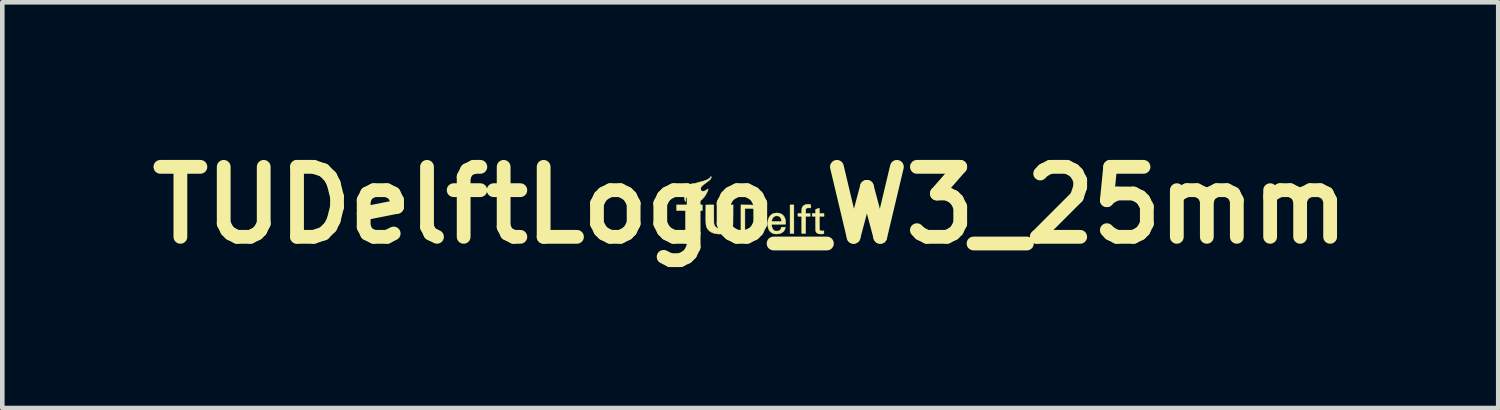
<source format=kicad_pcb>
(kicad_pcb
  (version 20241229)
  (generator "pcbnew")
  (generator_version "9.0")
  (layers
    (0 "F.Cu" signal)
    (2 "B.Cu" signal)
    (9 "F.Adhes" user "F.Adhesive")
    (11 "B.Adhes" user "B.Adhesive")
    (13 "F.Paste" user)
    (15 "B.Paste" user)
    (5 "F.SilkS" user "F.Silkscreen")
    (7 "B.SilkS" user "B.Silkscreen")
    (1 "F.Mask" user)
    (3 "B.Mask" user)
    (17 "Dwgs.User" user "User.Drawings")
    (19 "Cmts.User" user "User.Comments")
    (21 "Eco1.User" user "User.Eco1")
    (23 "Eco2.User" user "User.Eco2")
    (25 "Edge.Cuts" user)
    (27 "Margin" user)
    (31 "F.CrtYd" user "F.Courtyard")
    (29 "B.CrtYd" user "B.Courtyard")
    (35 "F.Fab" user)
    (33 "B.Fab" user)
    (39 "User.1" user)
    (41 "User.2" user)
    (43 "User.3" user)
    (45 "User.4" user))
  (footprint "TUDelftLogo_W3_25mm"
    (layer "F.Cu")
    (at 13.288 1.418)
    (property "Reference" "TUDelftLogo_W3_25mm" (at 0 0 0) (layer "F.SilkS") (effects (font (size 1.524 1.524) (thickness 0.3))))
    (attr through_hole)
    (fp_poly (pts (xy 0.949 0.616) (xy 0.867 0.616) (xy 0.867 -0.006) (xy 0.949 -0.006) (xy 0.949 0.616)) (stroke (width 0.01) (type solid)) (fill yes) (layer "F.SilkS"))
    (fp_poly (pts (xy -1.045 0.117) (xy -1.238 0.117) (xy -1.238 0.616) (xy -1.41 0.616) (xy -1.41 0.118) (xy -1.506 0.117) (xy -1.602 0.116) (xy -1.603 0.055) (xy -1.604 -0.006) (xy -1.045 -0.006) (xy -1.045 0.117)) (stroke (width 0.01) (type solid)) (fill yes) (layer "F.SilkS"))
    (fp_poly (pts (xy 1.282 -0.017) (xy 1.285 -0.016) (xy 1.299 -0.014) (xy 1.308 -0.012) (xy 1.314 -0.009) (xy 1.317 -0.003) (xy 1.318 0.005) (xy 1.318 0.019) (xy 1.318 0.026) (xy 1.318 0.06) (xy 1.29 0.058) (xy 1.263 0.058) (xy 1.242 0.06) (xy 1.226 0.066) (xy 1.217 0.073) (xy 1.208 0.083) (xy 1.207 0.132) (xy 1.206 0.181) (xy 1.255 0.182) (xy 1.303 0.183) (xy 1.305 0.241) (xy 1.207 0.241) (xy 1.205 0.614) (xy 1.163 0.615) (xy 1.121 0.616) (xy 1.121 0.241) (xy 1.038 0.241) (xy 1.038 0.181) (xy 1.12 0.181) (xy 1.122 0.126) (xy 1.122 0.103) (xy 1.124 0.084) (xy 1.125 0.07) (xy 1.128 0.058) (xy 1.132 0.048) (xy 1.138 0.038) (xy 1.143 0.03) (xy 1.158 0.014) (xy 1.178 0.000405) (xy 1.201 -0.01) (xy 1.227 -0.016) (xy 1.254 -0.019) (xy 1.282 -0.017)) (stroke (width 0.01) (type solid)) (fill yes) (layer "F.SilkS"))
    (fp_poly (pts (xy 1.503 0.07) (xy 1.504 0.078) (xy 1.505 0.091) (xy 1.505 0.107) (xy 1.505 0.124) (xy 1.505 0.181) (xy 1.555 0.182) (xy 1.605 0.183) (xy 1.607 0.241) (xy 1.505 0.241) (xy 1.506 0.387) (xy 1.506 0.421) (xy 1.506 0.45) (xy 1.506 0.473) (xy 1.507 0.492) (xy 1.507 0.506) (xy 1.507 0.517) (xy 1.508 0.526) (xy 1.509 0.532) (xy 1.51 0.536) (xy 1.511 0.539) (xy 1.512 0.541) (xy 1.513 0.542) (xy 1.521 0.551) (xy 1.531 0.557) (xy 1.543 0.56) (xy 1.559 0.561) (xy 1.572 0.561) (xy 1.603 0.559) (xy 1.603 0.622) (xy 1.594 0.623) (xy 1.581 0.625) (xy 1.563 0.626) (xy 1.544 0.627) (xy 1.526 0.627) (xy 1.511 0.626) (xy 1.508 0.625) (xy 1.482 0.62) (xy 1.461 0.611) (xy 1.444 0.598) (xy 1.432 0.581) (xy 1.431 0.578) (xy 1.429 0.574) (xy 1.428 0.571) (xy 1.427 0.566) (xy 1.426 0.561) (xy 1.425 0.553) (xy 1.425 0.543) (xy 1.424 0.529) (xy 1.424 0.513) (xy 1.424 0.492) (xy 1.423 0.466) (xy 1.423 0.435) (xy 1.423 0.402) (xy 1.422 0.241) (xy 1.349 0.241) (xy 1.349 0.181) (xy 1.422 0.181) (xy 1.424 0.091) (xy 1.462 0.079) (xy 1.477 0.074) (xy 1.489 0.07) (xy 1.498 0.068) (xy 1.502 0.067) (xy 1.503 0.067) (xy 1.503 0.07)) (stroke (width 0.01) (type solid)) (fill yes) (layer "F.SilkS"))
    (fp_poly (pts (xy -0.069 -0.005) (xy -0.034 -0.005) (xy -0.005 -0.005) (xy 0.019 -0.004) (xy 0.039 -0.003) (xy 0.055 -0.002) (xy 0.069 -0.001) (xy 0.081 0.000363) (xy 0.091 0.002) (xy 0.101 0.005) (xy 0.111 0.008) (xy 0.122 0.012) (xy 0.125 0.012) (xy 0.153 0.024) (xy 0.177 0.038) (xy 0.2 0.055) (xy 0.218 0.071) (xy 0.231 0.085) (xy 0.24 0.095) (xy 0.248 0.106) (xy 0.255 0.117) (xy 0.263 0.133) (xy 0.265 0.137) (xy 0.281 0.175) (xy 0.292 0.214) (xy 0.299 0.254) (xy 0.302 0.298) (xy 0.302 0.305) (xy 0.299 0.353) (xy 0.292 0.397) (xy 0.28 0.438) (xy 0.263 0.476) (xy 0.243 0.509) (xy 0.218 0.539) (xy 0.189 0.563) (xy 0.157 0.583) (xy 0.14 0.591) (xy 0.127 0.596) (xy 0.115 0.6) (xy 0.104 0.604) (xy 0.091 0.607) (xy 0.077 0.609) (xy 0.062 0.611) (xy 0.043 0.612) (xy 0.021 0.613) (xy -0.005 0.614) (xy -0.036 0.615) (xy -0.072 0.615) (xy -0.203 0.617) (xy -0.203 0.54) (xy -0.117 0.54) (xy -0.036 0.539) (xy -0.007 0.538) (xy 0.017 0.537) (xy 0.035 0.536) (xy 0.049 0.535) (xy 0.06 0.533) (xy 0.066 0.532) (xy 0.096 0.521) (xy 0.124 0.505) (xy 0.149 0.484) (xy 0.169 0.46) (xy 0.182 0.438) (xy 0.194 0.406) (xy 0.203 0.371) (xy 0.208 0.334) (xy 0.209 0.296) (xy 0.206 0.258) (xy 0.2 0.221) (xy 0.189 0.188) (xy 0.175 0.159) (xy 0.166 0.145) (xy 0.152 0.129) (xy 0.137 0.114) (xy 0.123 0.102) (xy 0.118 0.099) (xy 0.108 0.093) (xy 0.094 0.087) (xy 0.08 0.081) (xy 0.078 0.081) (xy 0.07 0.078) (xy 0.063 0.076) (xy 0.056 0.074) (xy 0.048 0.073) (xy 0.038 0.072) (xy 0.025 0.072) (xy 0.008 0.071) (xy -0.014 0.071) (xy -0.033 0.07) (xy -0.117 0.069) (xy -0.117 0.54) (xy -0.203 0.54) (xy -0.203 -0.007) (xy -0.069 -0.005)) (stroke (width 0.01) (type solid)) (fill yes) (layer "F.SilkS"))
    (fp_poly (pts (xy -0.794 0.19) (xy -0.794 0.225) (xy -0.794 0.259) (xy -0.793 0.291) (xy -0.793 0.32) (xy -0.793 0.346) (xy -0.792 0.367) (xy -0.792 0.385) (xy -0.791 0.397) (xy -0.791 0.404) (xy -0.791 0.404) (xy -0.783 0.432) (xy -0.771 0.456) (xy -0.754 0.475) (xy -0.732 0.491) (xy -0.724 0.495) (xy -0.716 0.499) (xy -0.708 0.501) (xy -0.699 0.502) (xy -0.688 0.503) (xy -0.672 0.503) (xy -0.67 0.503) (xy -0.653 0.503) (xy -0.642 0.502) (xy -0.633 0.501) (xy -0.625 0.499) (xy -0.616 0.495) (xy -0.616 0.495) (xy -0.592 0.481) (xy -0.574 0.463) (xy -0.564 0.448) (xy -0.561 0.441) (xy -0.558 0.435) (xy -0.555 0.428) (xy -0.553 0.421) (xy -0.551 0.412) (xy -0.55 0.401) (xy -0.549 0.388) (xy -0.548 0.372) (xy -0.547 0.353) (xy -0.547 0.329) (xy -0.546 0.302) (xy -0.546 0.269) (xy -0.546 0.232) (xy -0.546 0.191) (xy -0.546 -0.006) (xy -0.374 -0.006) (xy -0.375 0.215) (xy -0.376 0.259) (xy -0.376 0.298) (xy -0.376 0.331) (xy -0.376 0.359) (xy -0.377 0.382) (xy -0.377 0.402) (xy -0.378 0.419) (xy -0.379 0.432) (xy -0.38 0.444) (xy -0.382 0.453) (xy -0.383 0.461) (xy -0.386 0.468) (xy -0.388 0.475) (xy -0.392 0.482) (xy -0.395 0.489) (xy -0.397 0.493) (xy -0.415 0.524) (xy -0.439 0.551) (xy -0.467 0.573) (xy -0.5 0.592) (xy -0.537 0.607) (xy -0.579 0.618) (xy -0.625 0.625) (xy -0.631 0.625) (xy -0.648 0.627) (xy -0.661 0.628) (xy -0.672 0.628) (xy -0.682 0.628) (xy -0.693 0.627) (xy -0.708 0.626) (xy -0.714 0.625) (xy -0.76 0.619) (xy -0.801 0.608) (xy -0.839 0.593) (xy -0.871 0.574) (xy -0.9 0.552) (xy -0.923 0.525) (xy -0.942 0.496) (xy -0.953 0.468) (xy -0.956 0.458) (xy -0.959 0.448) (xy -0.961 0.437) (xy -0.963 0.424) (xy -0.964 0.409) (xy -0.966 0.392) (xy -0.967 0.372) (xy -0.967 0.348) (xy -0.968 0.32) (xy -0.968 0.287) (xy -0.968 0.25) (xy -0.968 0.207) (xy -0.968 0.181) (xy -0.967 -0.005) (xy -0.794 -0.006) (xy -0.794 0.19)) (stroke (width 0.01) (type solid)) (fill yes) (layer "F.SilkS"))
    (fp_poly (pts (xy 0.617 0.173) (xy 0.649 0.181) (xy 0.678 0.193) (xy 0.704 0.212) (xy 0.715 0.222) (xy 0.733 0.244) (xy 0.748 0.268) (xy 0.758 0.295) (xy 0.765 0.326) (xy 0.768 0.361) (xy 0.769 0.374) (xy 0.77 0.414) (xy 0.617 0.415) (xy 0.464 0.416) (xy 0.464 0.426) (xy 0.465 0.443) (xy 0.469 0.463) (xy 0.474 0.483) (xy 0.48 0.5) (xy 0.482 0.506) (xy 0.491 0.524) (xy 0.501 0.537) (xy 0.513 0.547) (xy 0.524 0.554) (xy 0.532 0.558) (xy 0.539 0.561) (xy 0.547 0.563) (xy 0.557 0.563) (xy 0.571 0.564) (xy 0.576 0.564) (xy 0.592 0.563) (xy 0.604 0.563) (xy 0.613 0.561) (xy 0.621 0.559) (xy 0.629 0.555) (xy 0.641 0.548) (xy 0.652 0.54) (xy 0.655 0.536) (xy 0.661 0.527) (xy 0.667 0.515) (xy 0.672 0.502) (xy 0.675 0.491) (xy 0.676 0.484) (xy 0.677 0.482) (xy 0.68 0.481) (xy 0.687 0.48) (xy 0.697 0.48) (xy 0.713 0.479) (xy 0.721 0.479) (xy 0.765 0.479) (xy 0.763 0.488) (xy 0.759 0.505) (xy 0.755 0.518) (xy 0.751 0.529) (xy 0.745 0.54) (xy 0.745 0.541) (xy 0.729 0.565) (xy 0.708 0.585) (xy 0.683 0.602) (xy 0.654 0.615) (xy 0.635 0.62) (xy 0.622 0.623) (xy 0.606 0.625) (xy 0.589 0.626) (xy 0.572 0.627) (xy 0.558 0.627) (xy 0.549 0.627) (xy 0.542 0.625) (xy 0.531 0.624) (xy 0.522 0.622) (xy 0.496 0.615) (xy 0.47 0.602) (xy 0.447 0.585) (xy 0.426 0.566) (xy 0.412 0.546) (xy 0.4 0.521) (xy 0.391 0.492) (xy 0.384 0.46) (xy 0.38 0.427) (xy 0.379 0.395) (xy 0.379 0.381) (xy 0.383 0.356) (xy 0.467 0.356) (xy 0.683 0.356) (xy 0.681 0.337) (xy 0.675 0.307) (xy 0.665 0.282) (xy 0.652 0.262) (xy 0.635 0.247) (xy 0.614 0.237) (xy 0.589 0.233) (xy 0.567 0.232) (xy 0.542 0.237) (xy 0.52 0.247) (xy 0.501 0.263) (xy 0.486 0.283) (xy 0.482 0.29) (xy 0.476 0.305) (xy 0.47 0.322) (xy 0.467 0.338) (xy 0.467 0.345) (xy 0.467 0.356) (xy 0.383 0.356) (xy 0.385 0.34) (xy 0.395 0.302) (xy 0.409 0.269) (xy 0.428 0.24) (xy 0.443 0.223) (xy 0.467 0.203) (xy 0.492 0.187) (xy 0.521 0.177) (xy 0.553 0.172) (xy 0.581 0.17) (xy 0.617 0.173)) (stroke (width 0.01) (type solid)) (fill yes) (layer "F.SilkS"))
    (fp_poly (pts (xy -0.852 -0.622) (xy -0.85 -0.619) (xy -0.849 -0.612) (xy -0.851 -0.601) (xy -0.852 -0.595) (xy -0.856 -0.586) (xy -0.86 -0.578) (xy -0.866 -0.57) (xy -0.875 -0.56) (xy -0.882 -0.552) (xy -0.893 -0.543) (xy -0.907 -0.531) (xy -0.924 -0.517) (xy -0.943 -0.503) (xy -0.962 -0.489) (xy -0.962 -0.489) (xy -0.99 -0.468) (xy -1.015 -0.448) (xy -1.037 -0.43) (xy -1.054 -0.413) (xy -1.067 -0.398) (xy -1.075 -0.386) (xy -1.079 -0.372) (xy -1.08 -0.355) (xy -1.079 -0.34) (xy -1.074 -0.327) (xy -1.074 -0.327) (xy -1.066 -0.315) (xy -1.056 -0.308) (xy -1.043 -0.304) (xy -1.028 -0.303) (xy -1.004 -0.306) (xy -0.981 -0.314) (xy -0.957 -0.328) (xy -0.945 -0.338) (xy -0.933 -0.347) (xy -0.924 -0.352) (xy -0.919 -0.352) (xy -0.918 -0.346) (xy -0.92 -0.336) (xy -0.925 -0.32) (xy -0.926 -0.317) (xy -0.942 -0.28) (xy -0.962 -0.241) (xy -0.985 -0.204) (xy -1.011 -0.169) (xy -1.014 -0.165) (xy -1.047 -0.129) (xy -1.081 -0.1) (xy -1.117 -0.076) (xy -1.153 -0.058) (xy -1.172 -0.052) (xy -1.186 -0.048) (xy -1.2 -0.045) (xy -1.215 -0.043) (xy -1.227 -0.042) (xy -1.236 -0.043) (xy -1.24 -0.044) (xy -1.241 -0.048) (xy -1.238 -0.052) (xy -1.232 -0.056) (xy -1.22 -0.062) (xy -1.218 -0.063) (xy -1.2 -0.075) (xy -1.181 -0.09) (xy -1.164 -0.109) (xy -1.149 -0.129) (xy -1.145 -0.137) (xy -1.139 -0.149) (xy -1.133 -0.165) (xy -1.128 -0.182) (xy -1.123 -0.199) (xy -1.119 -0.216) (xy -1.116 -0.231) (xy -1.115 -0.242) (xy -1.116 -0.25) (xy -1.117 -0.252) (xy -1.12 -0.251) (xy -1.125 -0.245) (xy -1.128 -0.24) (xy -1.139 -0.225) (xy -1.154 -0.21) (xy -1.17 -0.198) (xy -1.187 -0.188) (xy -1.203 -0.182) (xy -1.213 -0.181) (xy -1.229 -0.184) (xy -1.242 -0.192) (xy -1.253 -0.204) (xy -1.259 -0.22) (xy -1.26 -0.231) (xy -1.26 -0.24) (xy -1.258 -0.249) (xy -1.254 -0.258) (xy -1.248 -0.27) (xy -1.239 -0.285) (xy -1.232 -0.295) (xy -1.218 -0.317) (xy -1.207 -0.336) (xy -1.199 -0.351) (xy -1.194 -0.366) (xy -1.192 -0.373) (xy -1.189 -0.384) (xy -1.19 -0.39) (xy -1.192 -0.39) (xy -1.198 -0.384) (xy -1.206 -0.373) (xy -1.208 -0.37) (xy -1.218 -0.357) (xy -1.23 -0.343) (xy -1.247 -0.328) (xy -1.267 -0.311) (xy -1.292 -0.291) (xy -1.295 -0.289) (xy -1.323 -0.267) (xy -1.346 -0.247) (xy -1.364 -0.229) (xy -1.378 -0.211) (xy -1.388 -0.194) (xy -1.39 -0.191) (xy -1.395 -0.181) (xy -1.398 -0.173) (xy -1.4 -0.164) (xy -1.402 -0.153) (xy -1.403 -0.139) (xy -1.403 -0.128) (xy -1.405 -0.107) (xy -1.408 -0.092) (xy -1.41 -0.084) (xy -1.414 -0.082) (xy -1.417 -0.086) (xy -1.421 -0.097) (xy -1.426 -0.113) (xy -1.428 -0.128) (xy -1.434 -0.17) (xy -1.434 -0.21) (xy -1.428 -0.247) (xy -1.416 -0.282) (xy -1.399 -0.315) (xy -1.375 -0.348) (xy -1.353 -0.372) (xy -1.318 -0.402) (xy -1.278 -0.429) (xy -1.232 -0.455) (xy -1.227 -0.457) (xy -1.21 -0.465) (xy -1.196 -0.472) (xy -1.182 -0.477) (xy -1.168 -0.483) (xy -1.154 -0.488) (xy -1.136 -0.493) (xy -1.116 -0.499) (xy -1.09 -0.506) (xy -1.081 -0.508) (xy -1.059 -0.514) (xy -1.036 -0.52) (xy -1.016 -0.526) (xy -0.998 -0.532) (xy -0.985 -0.536) (xy -0.982 -0.537) (xy -0.951 -0.549) (xy -0.923 -0.563) (xy -0.899 -0.578) (xy -0.88 -0.594) (xy -0.866 -0.61) (xy -0.862 -0.617) (xy -0.857 -0.623) (xy -0.852 -0.622)) (stroke (width 0.01) (type solid)) (fill yes) (layer "F.SilkS")))
  (gr_rect
    (start -3 -3)
    (end 29.576 5.836)
    (stroke (width 0.1) (type default))
    (fill no)
    (layer "Edge.Cuts")))
</source>
